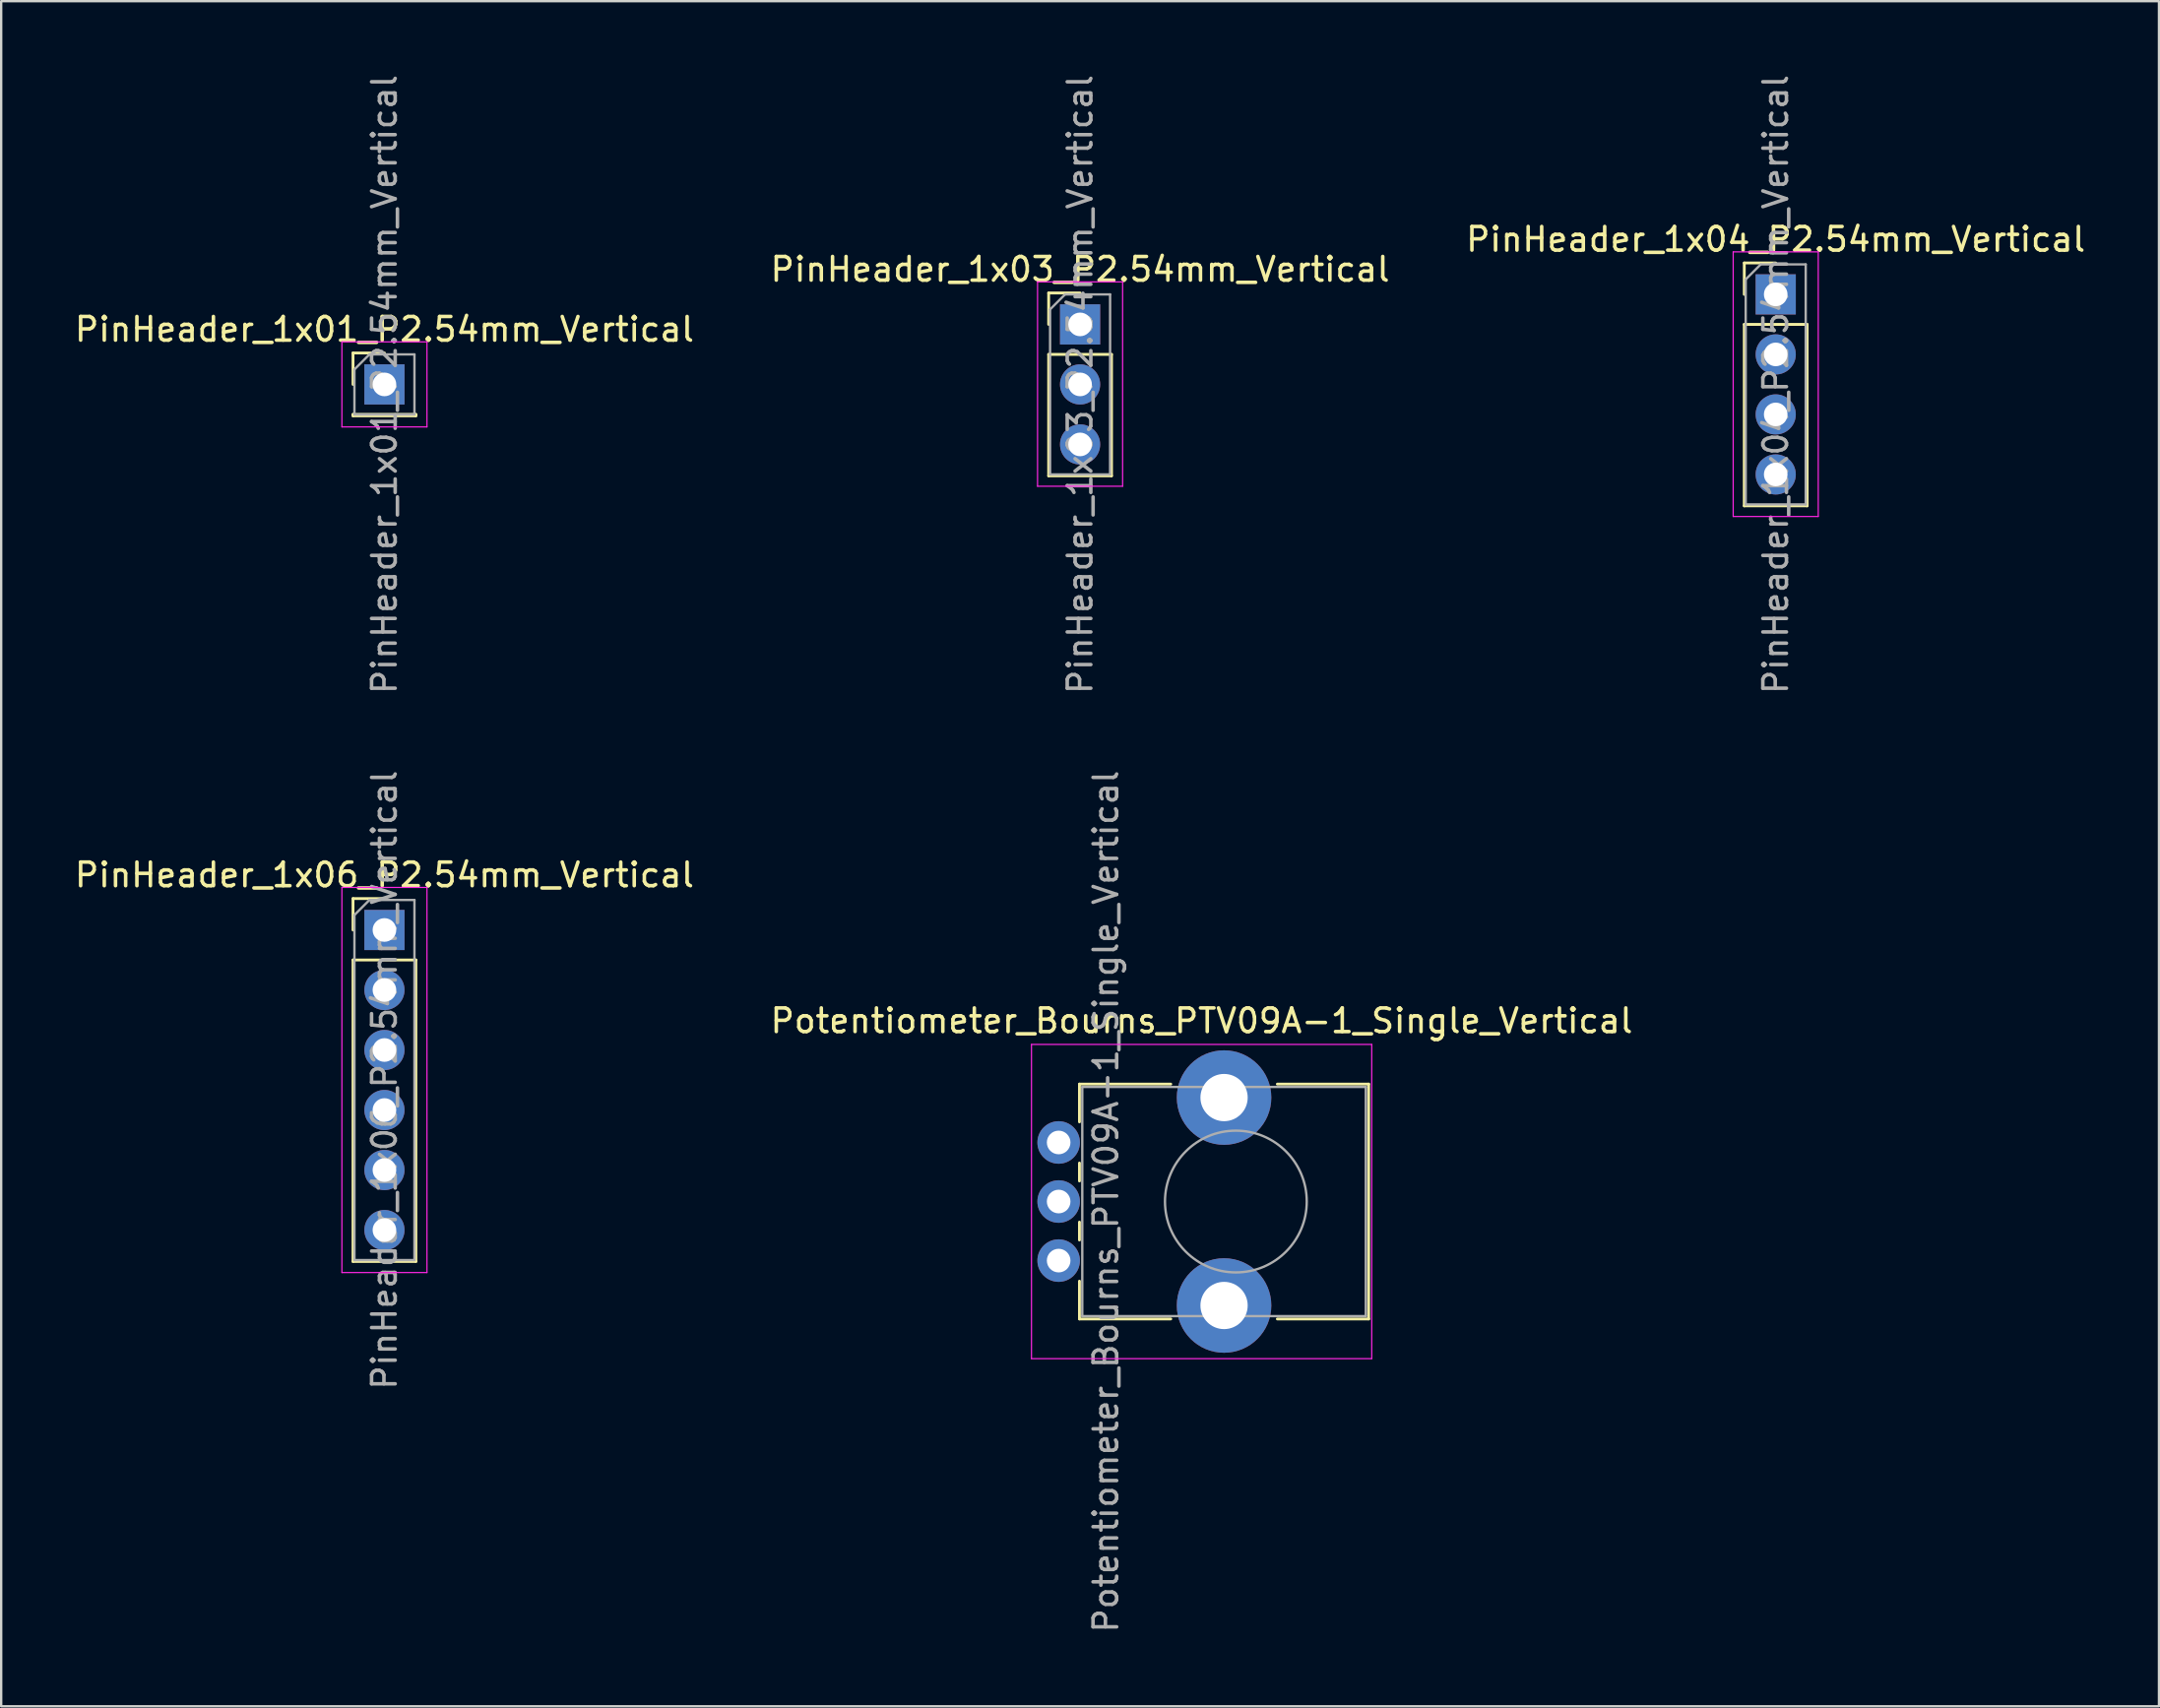
<source format=kicad_pcb>
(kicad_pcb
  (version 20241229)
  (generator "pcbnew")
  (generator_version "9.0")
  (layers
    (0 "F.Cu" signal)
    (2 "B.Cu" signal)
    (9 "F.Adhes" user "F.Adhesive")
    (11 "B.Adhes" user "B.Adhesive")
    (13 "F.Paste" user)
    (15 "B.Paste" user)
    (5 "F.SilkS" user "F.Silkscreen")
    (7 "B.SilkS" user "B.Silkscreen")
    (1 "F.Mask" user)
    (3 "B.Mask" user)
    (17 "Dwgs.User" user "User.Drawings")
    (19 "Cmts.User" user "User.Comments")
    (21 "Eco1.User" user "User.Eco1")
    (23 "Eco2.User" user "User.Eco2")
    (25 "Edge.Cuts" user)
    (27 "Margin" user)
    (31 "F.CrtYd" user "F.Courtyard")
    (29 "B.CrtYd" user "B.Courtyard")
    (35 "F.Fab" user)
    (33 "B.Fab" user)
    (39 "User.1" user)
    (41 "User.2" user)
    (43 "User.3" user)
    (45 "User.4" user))
  (footprint "PinHeader_1x01_P2.54mm_Vertical"
    (layer "F.Cu")
    (at 13.22 13.22)
    (property "Reference" "PinHeader_1x01_P2.54mm_Vertical" (at 0 -2.33 0) (layer "F.SilkS") (effects (font (size 1 1) (thickness 0.15))))
    (attr through_hole)
    (fp_line (start -1.33 -1.33) (end 0 -1.33) (stroke (width 0.12) (type solid)) (layer "F.SilkS"))
    (fp_line (start -1.33 0) (end -1.33 -1.33) (stroke (width 0.12) (type solid)) (layer "F.SilkS"))
    (fp_line (start -1.33 1.27) (end -1.33 1.33) (stroke (width 0.12) (type solid)) (layer "F.SilkS"))
    (fp_line (start -1.33 1.27) (end 1.33 1.27) (stroke (width 0.12) (type solid)) (layer "F.SilkS"))
    (fp_line (start -1.33 1.33) (end 1.33 1.33) (stroke (width 0.12) (type solid)) (layer "F.SilkS"))
    (fp_line (start 1.33 1.27) (end 1.33 1.33) (stroke (width 0.12) (type solid)) (layer "F.SilkS"))
    (fp_line (start -1.8 -1.8) (end -1.8 1.8) (stroke (width 0.05) (type solid)) (layer "F.CrtYd"))
    (fp_line (start -1.8 1.8) (end 1.8 1.8) (stroke (width 0.05) (type solid)) (layer "F.CrtYd"))
    (fp_line (start 1.8 -1.8) (end -1.8 -1.8) (stroke (width 0.05) (type solid)) (layer "F.CrtYd"))
    (fp_line (start 1.8 1.8) (end 1.8 -1.8) (stroke (width 0.05) (type solid)) (layer "F.CrtYd"))
    (fp_line (start -1.27 -0.635) (end -0.635 -1.27) (stroke (width 0.1) (type solid)) (layer "F.Fab"))
    (fp_line (start -1.27 1.27) (end -1.27 -0.635) (stroke (width 0.1) (type solid)) (layer "F.Fab"))
    (fp_line (start -0.635 -1.27) (end 1.27 -1.27) (stroke (width 0.1) (type solid)) (layer "F.Fab"))
    (fp_line (start 1.27 -1.27) (end 1.27 1.27) (stroke (width 0.1) (type solid)) (layer "F.Fab"))
    (fp_line (start 1.27 1.27) (end -1.27 1.27) (stroke (width 0.1) (type solid)) (layer "F.Fab"))
    (fp_text user "${REFERENCE}" (at 0 0 90) (layer "F.Fab") (effects (font (size 1 1) (thickness 0.15))))
    (pad "1" thru_hole rect (at 0 0) (size 1.7 1.7) (drill 1) (layers "*.Cu" "*.Mask")))
  (footprint "PinHeader_1x03_P2.54mm_Vertical"
    (layer "F.Cu")
    (at 42.661 10.68)
    (property "Reference" "PinHeader_1x03_P2.54mm_Vertical" (at 0 -2.33 0) (layer "F.SilkS") (effects (font (size 1 1) (thickness 0.15))))
    (attr through_hole)
    (fp_line (start -1.33 -1.33) (end 0 -1.33) (stroke (width 0.12) (type solid)) (layer "F.SilkS"))
    (fp_line (start -1.33 0) (end -1.33 -1.33) (stroke (width 0.12) (type solid)) (layer "F.SilkS"))
    (fp_line (start -1.33 1.27) (end -1.33 6.41) (stroke (width 0.12) (type solid)) (layer "F.SilkS"))
    (fp_line (start -1.33 1.27) (end 1.33 1.27) (stroke (width 0.12) (type solid)) (layer "F.SilkS"))
    (fp_line (start -1.33 6.41) (end 1.33 6.41) (stroke (width 0.12) (type solid)) (layer "F.SilkS"))
    (fp_line (start 1.33 1.27) (end 1.33 6.41) (stroke (width 0.12) (type solid)) (layer "F.SilkS"))
    (fp_line (start -1.8 -1.8) (end -1.8 6.85) (stroke (width 0.05) (type solid)) (layer "F.CrtYd"))
    (fp_line (start -1.8 6.85) (end 1.8 6.85) (stroke (width 0.05) (type solid)) (layer "F.CrtYd"))
    (fp_line (start 1.8 -1.8) (end -1.8 -1.8) (stroke (width 0.05) (type solid)) (layer "F.CrtYd"))
    (fp_line (start 1.8 6.85) (end 1.8 -1.8) (stroke (width 0.05) (type solid)) (layer "F.CrtYd"))
    (fp_line (start -1.27 -0.635) (end -0.635 -1.27) (stroke (width 0.1) (type solid)) (layer "F.Fab"))
    (fp_line (start -1.27 6.35) (end -1.27 -0.635) (stroke (width 0.1) (type solid)) (layer "F.Fab"))
    (fp_line (start -0.635 -1.27) (end 1.27 -1.27) (stroke (width 0.1) (type solid)) (layer "F.Fab"))
    (fp_line (start 1.27 -1.27) (end 1.27 6.35) (stroke (width 0.1) (type solid)) (layer "F.Fab"))
    (fp_line (start 1.27 6.35) (end -1.27 6.35) (stroke (width 0.1) (type solid)) (layer "F.Fab"))
    (fp_text user "${REFERENCE}" (at 0 2.54 90) (layer "F.Fab") (effects (font (size 1 1) (thickness 0.15))))
    (pad "1" thru_hole rect (at 0 0) (size 1.7 1.7) (drill 1) (layers "*.Cu" "*.Mask"))
    (pad "2" thru_hole oval (at 0 2.54) (size 1.7 1.7) (drill 1) (layers "*.Cu" "*.Mask"))
    (pad "3" thru_hole oval (at 0 5.08) (size 1.7 1.7) (drill 1) (layers "*.Cu" "*.Mask")))
  (footprint "Potentiometer_Bourns_PTV09A-1_Single_Vertical"
    (layer "F.Cu")
    (at 41.754 50.304)
    (property "Reference" "Potentiometer_Bourns_PTV09A-1_Single_Vertical" (at 6.05 -10.15 0) (layer "F.SilkS") (effects (font (size 1 1) (thickness 0.15))))
    (attr through_hole)
    (fp_line (start 0.88 -7.47) (end 0.88 -5.871) (stroke (width 0.12) (type solid)) (layer "F.SilkS"))
    (fp_line (start 0.88 -7.47) (end 4.745 -7.47) (stroke (width 0.12) (type solid)) (layer "F.SilkS"))
    (fp_line (start 0.88 -4.129) (end 0.88 -3.37) (stroke (width 0.12) (type solid)) (layer "F.SilkS"))
    (fp_line (start 0.88 -1.629) (end 0.88 -0.87) (stroke (width 0.12) (type solid)) (layer "F.SilkS"))
    (fp_line (start 0.88 0.87) (end 0.88 2.47) (stroke (width 0.12) (type solid)) (layer "F.SilkS"))
    (fp_line (start 0.88 2.47) (end 4.745 2.47) (stroke (width 0.12) (type solid)) (layer "F.SilkS"))
    (fp_line (start 9.255 -7.47) (end 13.12 -7.47) (stroke (width 0.12) (type solid)) (layer "F.SilkS"))
    (fp_line (start 9.255 2.47) (end 13.12 2.47) (stroke (width 0.12) (type solid)) (layer "F.SilkS"))
    (fp_line (start 13.12 -7.47) (end 13.12 2.47) (stroke (width 0.12) (type solid)) (layer "F.SilkS"))
    (fp_line (start -1.15 -9.15) (end -1.15 4.15) (stroke (width 0.05) (type solid)) (layer "F.CrtYd"))
    (fp_line (start -1.15 4.15) (end 13.25 4.15) (stroke (width 0.05) (type solid)) (layer "F.CrtYd"))
    (fp_line (start 13.25 -9.15) (end -1.15 -9.15) (stroke (width 0.05) (type solid)) (layer "F.CrtYd"))
    (fp_line (start 13.25 4.15) (end 13.25 -9.15) (stroke (width 0.05) (type solid)) (layer "F.CrtYd"))
    (fp_line (start 1 -7.35) (end 1 2.35) (stroke (width 0.1) (type solid)) (layer "F.Fab"))
    (fp_line (start 1 2.35) (end 13 2.35) (stroke (width 0.1) (type solid)) (layer "F.Fab"))
    (fp_line (start 13 -7.35) (end 1 -7.35) (stroke (width 0.1) (type solid)) (layer "F.Fab"))
    (fp_line (start 13 2.35) (end 13 -7.35) (stroke (width 0.1) (type solid)) (layer "F.Fab"))
    (fp_circle (center 7.5 -2.5) (end 10.5 -2.5) (stroke (width 0.1) (type solid)) (fill no) (layer "F.Fab"))
    (fp_text user "${REFERENCE}" (at 2 -2.5 90) (layer "F.Fab") (effects (font (size 1 1) (thickness 0.15))))
    (pad "" np_thru_hole circle (at 7 -6.9) (size 4 4) (drill 2) (layers "*.Cu" "*.Mask"))
    (pad "" np_thru_hole circle (at 7 1.9) (size 4 4) (drill 2) (layers "*.Cu" "*.Mask"))
    (pad "1" thru_hole circle (at 0 0) (size 1.8 1.8) (drill 1) (layers "*.Cu" "*.Mask"))
    (pad "2" thru_hole circle (at 0 -2.5) (size 1.8 1.8) (drill 1) (layers "*.Cu" "*.Mask"))
    (pad "3" thru_hole circle (at 0 -5) (size 1.8 1.8) (drill 1) (layers "*.Cu" "*.Mask")))
  (footprint "PinHeader_1x06_P2.54mm_Vertical"
    (layer "F.Cu")
    (at 13.22 36.311)
    (property "Reference" "PinHeader_1x06_P2.54mm_Vertical" (at 0 -2.33 0) (layer "F.SilkS") (effects (font (size 1 1) (thickness 0.15))))
    (attr through_hole)
    (fp_line (start -1.33 -1.33) (end 0 -1.33) (stroke (width 0.12) (type solid)) (layer "F.SilkS"))
    (fp_line (start -1.33 0) (end -1.33 -1.33) (stroke (width 0.12) (type solid)) (layer "F.SilkS"))
    (fp_line (start -1.33 1.27) (end -1.33 14.03) (stroke (width 0.12) (type solid)) (layer "F.SilkS"))
    (fp_line (start -1.33 1.27) (end 1.33 1.27) (stroke (width 0.12) (type solid)) (layer "F.SilkS"))
    (fp_line (start -1.33 14.03) (end 1.33 14.03) (stroke (width 0.12) (type solid)) (layer "F.SilkS"))
    (fp_line (start 1.33 1.27) (end 1.33 14.03) (stroke (width 0.12) (type solid)) (layer "F.SilkS"))
    (fp_line (start -1.8 -1.8) (end -1.8 14.5) (stroke (width 0.05) (type solid)) (layer "F.CrtYd"))
    (fp_line (start -1.8 14.5) (end 1.8 14.5) (stroke (width 0.05) (type solid)) (layer "F.CrtYd"))
    (fp_line (start 1.8 -1.8) (end -1.8 -1.8) (stroke (width 0.05) (type solid)) (layer "F.CrtYd"))
    (fp_line (start 1.8 14.5) (end 1.8 -1.8) (stroke (width 0.05) (type solid)) (layer "F.CrtYd"))
    (fp_line (start -1.27 -0.635) (end -0.635 -1.27) (stroke (width 0.1) (type solid)) (layer "F.Fab"))
    (fp_line (start -1.27 13.97) (end -1.27 -0.635) (stroke (width 0.1) (type solid)) (layer "F.Fab"))
    (fp_line (start -0.635 -1.27) (end 1.27 -1.27) (stroke (width 0.1) (type solid)) (layer "F.Fab"))
    (fp_line (start 1.27 -1.27) (end 1.27 13.97) (stroke (width 0.1) (type solid)) (layer "F.Fab"))
    (fp_line (start 1.27 13.97) (end -1.27 13.97) (stroke (width 0.1) (type solid)) (layer "F.Fab"))
    (fp_text user "${REFERENCE}" (at 0 6.35 90) (layer "F.Fab") (effects (font (size 1 1) (thickness 0.15))))
    (pad "1" thru_hole rect (at 0 0) (size 1.7 1.7) (drill 1) (layers "*.Cu" "*.Mask"))
    (pad "2" thru_hole oval (at 0 2.54) (size 1.7 1.7) (drill 1) (layers "*.Cu" "*.Mask"))
    (pad "3" thru_hole oval (at 0 5.08) (size 1.7 1.7) (drill 1) (layers "*.Cu" "*.Mask"))
    (pad "4" thru_hole oval (at 0 7.62) (size 1.7 1.7) (drill 1) (layers "*.Cu" "*.Mask"))
    (pad "5" thru_hole oval (at 0 10.16) (size 1.7 1.7) (drill 1) (layers "*.Cu" "*.Mask"))
    (pad "6" thru_hole oval (at 0 12.7) (size 1.7 1.7) (drill 1) (layers "*.Cu" "*.Mask")))
  (footprint "PinHeader_1x04_P2.54mm_Vertical"
    (layer "F.Cu")
    (at 72.101 9.41)
    (property "Reference" "PinHeader_1x04_P2.54mm_Vertical" (at 0 -2.33 0) (layer "F.SilkS") (effects (font (size 1 1) (thickness 0.15))))
    (attr through_hole)
    (fp_line (start -1.33 -1.33) (end 0 -1.33) (stroke (width 0.12) (type solid)) (layer "F.SilkS"))
    (fp_line (start -1.33 0) (end -1.33 -1.33) (stroke (width 0.12) (type solid)) (layer "F.SilkS"))
    (fp_line (start -1.33 1.27) (end -1.33 8.95) (stroke (width 0.12) (type solid)) (layer "F.SilkS"))
    (fp_line (start -1.33 1.27) (end 1.33 1.27) (stroke (width 0.12) (type solid)) (layer "F.SilkS"))
    (fp_line (start -1.33 8.95) (end 1.33 8.95) (stroke (width 0.12) (type solid)) (layer "F.SilkS"))
    (fp_line (start 1.33 1.27) (end 1.33 8.95) (stroke (width 0.12) (type solid)) (layer "F.SilkS"))
    (fp_line (start -1.8 -1.8) (end -1.8 9.4) (stroke (width 0.05) (type solid)) (layer "F.CrtYd"))
    (fp_line (start -1.8 9.4) (end 1.8 9.4) (stroke (width 0.05) (type solid)) (layer "F.CrtYd"))
    (fp_line (start 1.8 -1.8) (end -1.8 -1.8) (stroke (width 0.05) (type solid)) (layer "F.CrtYd"))
    (fp_line (start 1.8 9.4) (end 1.8 -1.8) (stroke (width 0.05) (type solid)) (layer "F.CrtYd"))
    (fp_line (start -1.27 -0.635) (end -0.635 -1.27) (stroke (width 0.1) (type solid)) (layer "F.Fab"))
    (fp_line (start -1.27 8.89) (end -1.27 -0.635) (stroke (width 0.1) (type solid)) (layer "F.Fab"))
    (fp_line (start -0.635 -1.27) (end 1.27 -1.27) (stroke (width 0.1) (type solid)) (layer "F.Fab"))
    (fp_line (start 1.27 -1.27) (end 1.27 8.89) (stroke (width 0.1) (type solid)) (layer "F.Fab"))
    (fp_line (start 1.27 8.89) (end -1.27 8.89) (stroke (width 0.1) (type solid)) (layer "F.Fab"))
    (fp_text user "${REFERENCE}" (at 0 3.81 90) (layer "F.Fab") (effects (font (size 1 1) (thickness 0.15))))
    (pad "1" thru_hole rect (at 0 0) (size 1.7 1.7) (drill 1) (layers "*.Cu" "*.Mask"))
    (pad "2" thru_hole oval (at 0 2.54) (size 1.7 1.7) (drill 1) (layers "*.Cu" "*.Mask"))
    (pad "3" thru_hole oval (at 0 5.08) (size 1.7 1.7) (drill 1) (layers "*.Cu" "*.Mask"))
    (pad "4" thru_hole oval (at 0 7.62) (size 1.7 1.7) (drill 1) (layers "*.Cu" "*.Mask")))
  (gr_rect
    (start -3 -3)
    (end 88.321 69.167)
    (stroke (width 0.1) (type default))
    (fill no)
    (layer "Edge.Cuts")))
</source>
